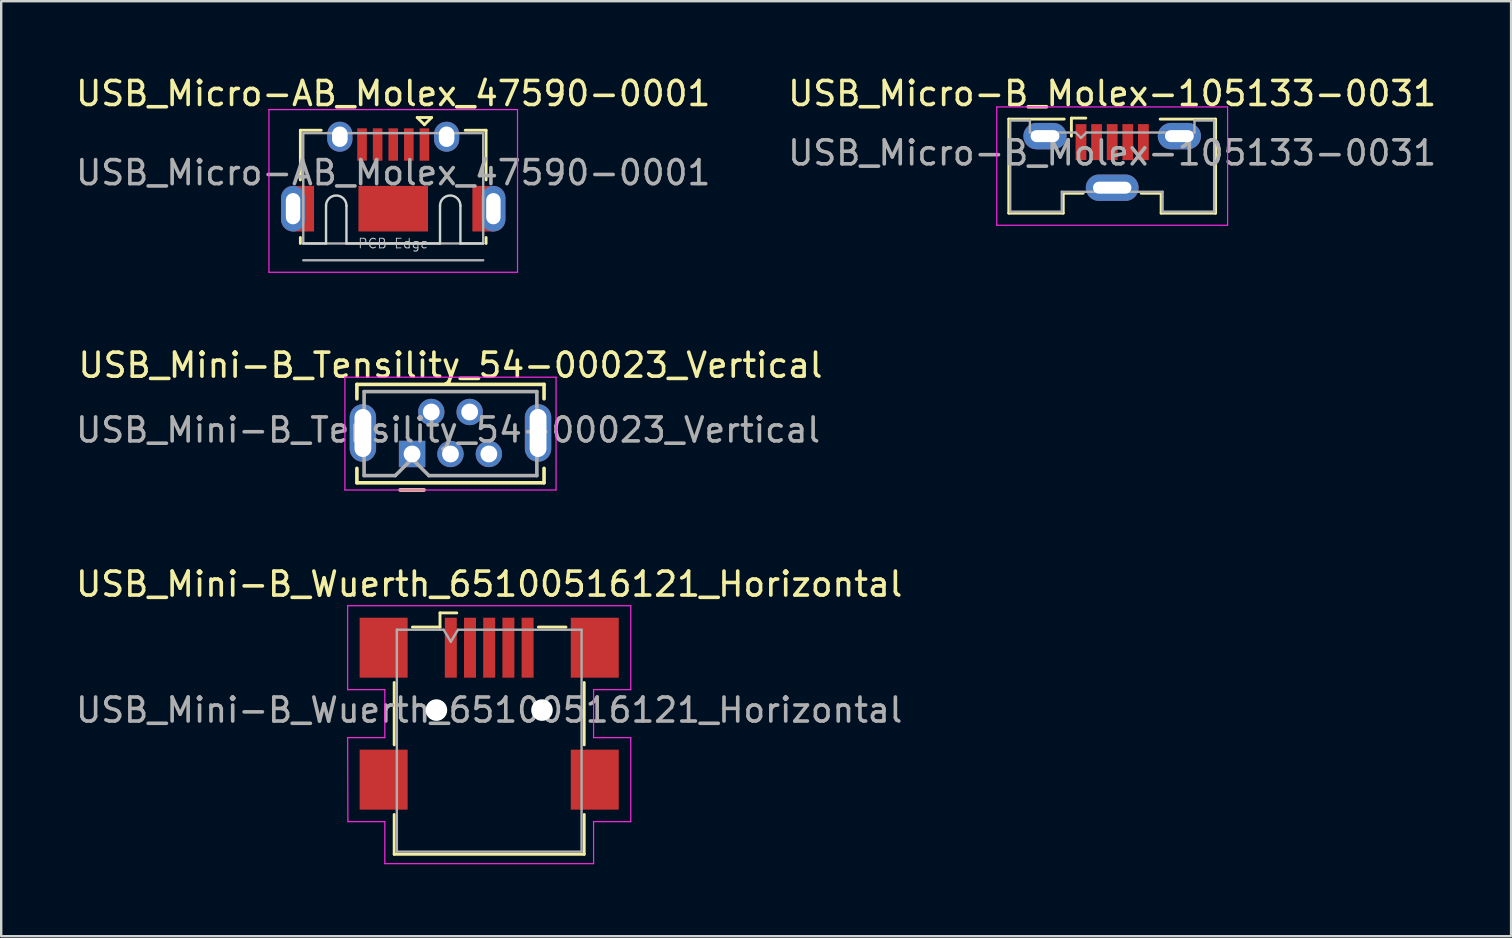
<source format=kicad_pcb>
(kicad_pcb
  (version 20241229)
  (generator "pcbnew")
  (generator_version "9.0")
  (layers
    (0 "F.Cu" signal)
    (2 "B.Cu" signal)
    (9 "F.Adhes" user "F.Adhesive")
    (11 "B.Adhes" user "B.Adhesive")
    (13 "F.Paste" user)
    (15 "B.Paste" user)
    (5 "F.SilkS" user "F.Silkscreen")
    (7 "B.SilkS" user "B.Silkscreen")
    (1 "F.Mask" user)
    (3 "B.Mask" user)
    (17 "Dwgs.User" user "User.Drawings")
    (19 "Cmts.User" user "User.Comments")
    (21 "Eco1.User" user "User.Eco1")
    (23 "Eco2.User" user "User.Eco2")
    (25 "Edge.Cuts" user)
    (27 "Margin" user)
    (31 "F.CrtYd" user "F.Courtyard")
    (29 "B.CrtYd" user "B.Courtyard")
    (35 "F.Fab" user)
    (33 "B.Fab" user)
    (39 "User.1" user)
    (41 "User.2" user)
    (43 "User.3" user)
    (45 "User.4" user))
  (footprint "USB_Micro-AB_Molex_47590-0001"
    (layer "F.Cu")
    (at 13.339 5.648)
    (property "Reference" "USB_Micro-AB_Molex_47590-0001" (at 0 -4.8 180) (layer "F.SilkS") (effects (font (size 1 1) (thickness 0.15))))
    (attr smd)
    (fp_line (start -3.87 -3.27) (end -3.87 -1.2) (stroke (width 0.12) (type solid)) (layer "F.SilkS"))
    (fp_line (start -3.87 -3.27) (end -3 -3.27) (stroke (width 0.12) (type solid)) (layer "F.SilkS"))
    (fp_line (start -3.87 1.2) (end -3.87 1.45) (stroke (width 0.12) (type solid)) (layer "F.SilkS"))
    (fp_line (start 1 -3.8) (end 1.6 -3.8) (stroke (width 0.12) (type solid)) (layer "F.SilkS"))
    (fp_line (start 1.3 -3.5) (end 1 -3.8) (stroke (width 0.12) (type solid)) (layer "F.SilkS"))
    (fp_line (start 1.3 -3.5) (end 1.6 -3.8) (stroke (width 0.12) (type solid)) (layer "F.SilkS"))
    (fp_line (start 3 -3.27) (end 3.87 -3.27) (stroke (width 0.12) (type solid)) (layer "F.SilkS"))
    (fp_line (start 3.87 -3.27) (end 3.87 -1.2) (stroke (width 0.12) (type solid)) (layer "F.SilkS"))
    (fp_line (start 3.87 1.2) (end 3.87 1.45) (stroke (width 0.12) (type solid)) (layer "F.SilkS"))
    (fp_line (start -3.75 1.45) (end -2.8 1.45) (stroke (width 0.1) (type solid)) (layer "Edge.Cuts"))
    (fp_line (start -2.8 -0.125) (end -2.8 1.45) (stroke (width 0.1) (type solid)) (layer "Edge.Cuts"))
    (fp_line (start -1.95 -0.125) (end -1.95 1.45) (stroke (width 0.1) (type solid)) (layer "Edge.Cuts"))
    (fp_line (start -1.95 1.45) (end 1.95 1.45) (stroke (width 0.1) (type solid)) (layer "Edge.Cuts"))
    (fp_line (start 1.95 -0.125) (end 1.95 1.45) (stroke (width 0.1) (type solid)) (layer "Edge.Cuts"))
    (fp_line (start 2.8 -0.125) (end 2.8 1.45) (stroke (width 0.1) (type solid)) (layer "Edge.Cuts"))
    (fp_line (start 2.8 1.45) (end 3.75 1.45) (stroke (width 0.1) (type solid)) (layer "Edge.Cuts"))
    (fp_arc (start -2.8 -0.125) (mid -2.375 -0.55) (end -1.95 -0.125) (stroke (width 0.1) (type solid)) (layer "Edge.Cuts"))
    (fp_arc (start 1.95 -0.125) (mid 2.375 -0.55) (end 2.8 -0.125) (stroke (width 0.1) (type solid)) (layer "Edge.Cuts"))
    (fp_line (start -5.18 -4.13) (end -5.18 2.65) (stroke (width 0.05) (type solid)) (layer "F.CrtYd"))
    (fp_line (start -5.18 -4.13) (end 5.18 -4.13) (stroke (width 0.05) (type solid)) (layer "F.CrtYd"))
    (fp_line (start -5.18 2.65) (end 5.18 2.65) (stroke (width 0.05) (type solid)) (layer "F.CrtYd"))
    (fp_line (start 5.18 -4.13) (end 5.18 2.65) (stroke (width 0.05) (type solid)) (layer "F.CrtYd"))
    (fp_line (start -3.75 -3.15) (end -3.75 1.45) (stroke (width 0.1) (type solid)) (layer "F.Fab"))
    (fp_line (start -3.75 -3.15) (end 3.75 -3.15) (stroke (width 0.1) (type solid)) (layer "F.Fab"))
    (fp_line (start -3.75 1.45) (end 3.75 1.45) (stroke (width 0.1) (type solid)) (layer "F.Fab"))
    (fp_line (start -3.75 2.15) (end 3.75 2.15) (stroke (width 0.1) (type solid)) (layer "F.Fab"))
    (fp_line (start 3.75 -3.15) (end 3.75 1.45) (stroke (width 0.1) (type solid)) (layer "F.Fab"))
    (fp_text user "PCB Edge" (at 0 1.45 0) (layer "Dwgs.User") (effects (font (size 0.4 0.4) (thickness 0.04))))
    (fp_text user "${REFERENCE}" (at 0 -1.5 0) (layer "F.Fab") (effects (font (size 1 1) (thickness 0.15))))
    (pad "" smd rect (at -3.5 0) (size 0.3 0.85) (layers "F.Paste"))
    (pad "" smd rect (at 3.5 0) (size 0.3 0.85) (layers "F.Paste"))
    (pad "1" smd rect (at 1.3 -2.675) (size 0.4 1.35) (layers "F.Cu" "F.Mask" "F.Paste"))
    (pad "2" smd rect (at 0.65 -2.675) (size 0.4 1.35) (layers "F.Cu" "F.Mask" "F.Paste"))
    (pad "3" smd rect (at 0 -2.675) (size 0.4 1.35) (layers "F.Cu" "F.Mask" "F.Paste"))
    (pad "4" smd rect (at -0.65 -2.675) (size 0.4 1.35) (layers "F.Cu" "F.Mask" "F.Paste"))
    (pad "5" smd rect (at -1.3 -2.675) (size 0.4 1.35) (layers "F.Cu" "F.Mask" "F.Paste"))
    (pad "6" thru_hole oval (at -4.175 0) (size 1 1.9) (drill oval 0.6 1.3) (layers "*.Cu" "*.Mask"))
    (pad "6" smd rect (at -3.737 0) (size 0.875 1.9) (layers "F.Cu" "F.Mask"))
    (pad "6" thru_hole oval (at -2.225 -3) (size 1.05 1.25) (drill oval 0.65 0.85) (layers "*.Cu" "*.Mask"))
    (pad "6" smd rect (at 0 0) (size 2.9 1.9) (layers "F.Cu" "F.Mask" "F.Paste"))
    (pad "6" thru_hole oval (at 2.225 -3) (size 1.05 1.25) (drill oval 0.65 0.85) (layers "*.Cu" "*.Mask"))
    (pad "6" smd rect (at 3.737 0) (size 0.875 1.9) (layers "F.Cu" "F.Mask"))
    (pad "6" thru_hole oval (at 4.175 0) (size 1 1.9) (drill oval 0.6 1.3) (layers "*.Cu" "*.Mask")))
  (footprint "USB_Micro-B_Molex-105133-0031"
    (layer "F.Cu")
    (at 43.304 3.698)
    (property "Reference" "USB_Micro-B_Molex-105133-0031" (at 0 -2.85 0) (layer "F.SilkS") (effects (font (size 1 1) (thickness 0.15))))
    (attr smd)
    (fp_line (start -4.31 -1.785) (end -4.31 2.135) (stroke (width 0.12) (type solid)) (layer "F.SilkS"))
    (fp_line (start -4.31 2.135) (end -2.04 2.135) (stroke (width 0.12) (type solid)) (layer "F.SilkS"))
    (fp_line (start -2.04 1.305) (end -2.04 2.135) (stroke (width 0.12) (type solid)) (layer "F.SilkS"))
    (fp_line (start -2.04 1.305) (end -1.21 1.305) (stroke (width 0.12) (type solid)) (layer "F.SilkS"))
    (fp_line (start -2 -1.785) (end -4.31 -1.785) (stroke (width 0.12) (type solid)) (layer "F.SilkS"))
    (fp_line (start -1.7 -1.825) (end -1.1 -1.825) (stroke (width 0.12) (type solid)) (layer "F.SilkS"))
    (fp_line (start -1.7 -1.075) (end -1.7 -1.825) (stroke (width 0.12) (type solid)) (layer "F.SilkS"))
    (fp_line (start 2 -1.785) (end 4.31 -1.785) (stroke (width 0.12) (type solid)) (layer "F.SilkS"))
    (fp_line (start 2.04 1.305) (end 1.21 1.305) (stroke (width 0.12) (type solid)) (layer "F.SilkS"))
    (fp_line (start 2.04 1.305) (end 2.04 2.135) (stroke (width 0.12) (type solid)) (layer "F.SilkS"))
    (fp_line (start 4.31 -1.785) (end 4.31 2.135) (stroke (width 0.12) (type solid)) (layer "F.SilkS"))
    (fp_line (start 4.31 2.135) (end 2.04 2.135) (stroke (width 0.12) (type solid)) (layer "F.SilkS"))
    (fp_line (start -4.81 -2.29) (end 4.81 -2.29) (stroke (width 0.05) (type solid)) (layer "F.CrtYd"))
    (fp_line (start -4.81 2.64) (end -4.81 -2.29) (stroke (width 0.05) (type solid)) (layer "F.CrtYd"))
    (fp_line (start -4.81 2.64) (end 4.81 2.64) (stroke (width 0.05) (type solid)) (layer "F.CrtYd"))
    (fp_line (start 4.81 2.64) (end 4.81 -2.29) (stroke (width 0.05) (type solid)) (layer "F.CrtYd"))
    (fp_line (start -4.25 -1.725) (end -4.25 2.075) (stroke (width 0.1) (type solid)) (layer "F.Fab"))
    (fp_line (start -4.25 2.075) (end -2.1 2.075) (stroke (width 0.1) (type solid)) (layer "F.Fab"))
    (fp_line (start -3.43 -1.725) (end -4.25 -1.725) (stroke (width 0.1) (type solid)) (layer "F.Fab"))
    (fp_line (start -3.43 -1.225) (end -3.43 -1.725) (stroke (width 0.1) (type solid)) (layer "F.Fab"))
    (fp_line (start -2.1 1.245) (end 2.1 1.245) (stroke (width 0.1) (type solid)) (layer "F.Fab"))
    (fp_line (start -2.1 2.075) (end -2.1 1.245) (stroke (width 0.1) (type solid)) (layer "F.Fab"))
    (fp_line (start -1.525 -1.225) (end -3.43 -1.225) (stroke (width 0.1) (type solid)) (layer "F.Fab"))
    (fp_line (start -1.525 -1.225) (end -1.3 -1) (stroke (width 0.1) (type solid)) (layer "F.Fab"))
    (fp_line (start -1.3 -1) (end -1.075 -1.225) (stroke (width 0.1) (type solid)) (layer "F.Fab"))
    (fp_line (start 2.1 1.245) (end 2.1 2.075) (stroke (width 0.1) (type solid)) (layer "F.Fab"))
    (fp_line (start 2.1 2.075) (end 4.25 2.075) (stroke (width 0.1) (type solid)) (layer "F.Fab"))
    (fp_line (start 3.43 -1.725) (end 3.43 -1.225) (stroke (width 0.1) (type solid)) (layer "F.Fab"))
    (fp_line (start 3.43 -1.225) (end -1.075 -1.225) (stroke (width 0.1) (type solid)) (layer "F.Fab"))
    (fp_line (start 4.25 -1.725) (end 3.43 -1.725) (stroke (width 0.1) (type solid)) (layer "F.Fab"))
    (fp_line (start 4.25 2.075) (end 4.25 -1.725) (stroke (width 0.1) (type solid)) (layer "F.Fab"))
    (fp_text user "${REFERENCE}" (at 0 -0.375 0) (layer "F.Fab") (effects (font (size 1 1) (thickness 0.15))))
    (pad "1" smd rect (at -1.3 -0.825) (size 0.45 1.5) (layers "F.Cu" "F.Mask" "F.Paste"))
    (pad "2" smd rect (at -0.65 -0.825) (size 0.45 1.5) (layers "F.Cu" "F.Mask" "F.Paste"))
    (pad "3" smd rect (at 0 -0.825) (size 0.45 1.5) (layers "F.Cu" "F.Mask" "F.Paste"))
    (pad "4" smd rect (at 0.65 -0.825) (size 0.45 1.5) (layers "F.Cu" "F.Mask" "F.Paste"))
    (pad "5" smd rect (at 1.3 -0.825) (size 0.45 1.5) (layers "F.Cu" "F.Mask" "F.Paste"))
    (pad "6" thru_hole oval (at -2.8 -1.075) (size 1.8 1.1) (drill oval 1.2 0.5) (layers "*.Cu" "*.Mask"))
    (pad "6" thru_hole oval (at 0 1.075) (size 2.2 1.1) (drill oval 1.6 0.5) (layers "*.Cu" "*.Mask"))
    (pad "6" thru_hole oval (at 2.8 -1.075) (size 1.8 1.1) (drill oval 1.2 0.5) (layers "*.Cu" "*.Mask")))
  (footprint "USB_Mini-B_Tensility_54-00023_Vertical"
    (layer "F.Cu")
    (at 14.125 15.871)
    (property "Reference" "USB_Mini-B_Tensility_54-00023_Vertical" (at 1.6 -3.7 0) (layer "F.SilkS") (effects (font (size 1 1) (thickness 0.15))))
    (attr through_hole)
    (fp_line (start -2.3 -2.9) (end 5.5 -2.9) (stroke (width 0.15) (type solid)) (layer "F.SilkS"))
    (fp_line (start -2.3 -2.3) (end -2.3 -2.9) (stroke (width 0.15) (type solid)) (layer "F.SilkS"))
    (fp_line (start -2.3 0.6) (end -2.3 1.2) (stroke (width 0.15) (type solid)) (layer "F.SilkS"))
    (fp_line (start -2.3 1.2) (end 5.5 1.2) (stroke (width 0.15) (type solid)) (layer "F.SilkS"))
    (fp_line (start -0.5 1.5) (end 0.5 1.5) (stroke (width 0.15) (type solid)) (layer "F.SilkS"))
    (fp_line (start 5.5 -2.9) (end 5.5 -2.3) (stroke (width 0.15) (type solid)) (layer "F.SilkS"))
    (fp_line (start 5.5 1.2) (end 5.5 0.6) (stroke (width 0.15) (type solid)) (layer "F.SilkS"))
    (fp_line (start -2.8 -3.2) (end -2.8 1.5) (stroke (width 0.05) (type solid)) (layer "F.CrtYd"))
    (fp_line (start -2.8 1.5) (end 6 1.5) (stroke (width 0.05) (type solid)) (layer "F.CrtYd"))
    (fp_line (start 6 -3.2) (end -2.8 -3.2) (stroke (width 0.05) (type solid)) (layer "F.CrtYd"))
    (fp_line (start 6 1.5) (end 6 -3.2) (stroke (width 0.05) (type solid)) (layer "F.CrtYd"))
    (fp_line (start -2 0.9) (end -2 -2.6) (stroke (width 0.15) (type solid)) (layer "F.Fab"))
    (fp_line (start -2 0.9) (end -0.7 0.9) (stroke (width 0.15) (type solid)) (layer "F.Fab"))
    (fp_line (start -0.7 0.9) (end 0 0.2) (stroke (width 0.15) (type solid)) (layer "F.Fab"))
    (fp_line (start 0 0.2) (end 0.7 0.9) (stroke (width 0.15) (type solid)) (layer "F.Fab"))
    (fp_line (start 0.7 0.9) (end 5.2 0.9) (stroke (width 0.15) (type solid)) (layer "F.Fab"))
    (fp_line (start 5.2 -2.6) (end -2 -2.6) (stroke (width 0.15) (type solid)) (layer "F.Fab"))
    (fp_line (start 5.2 -2.6) (end 5.2 0.9) (stroke (width 0.15) (type solid)) (layer "F.Fab"))
    (fp_text user "${REFERENCE}" (at 1.5 -1 0) (layer "F.Fab") (effects (font (size 1 1) (thickness 0.15))))
    (pad "1" thru_hole rect (at 0 0) (size 1.1 1.1) (drill 0.7) (layers "*.Cu" "*.Mask"))
    (pad "2" thru_hole circle (at 0.8 -1.75) (size 1.1 1.1) (drill 0.7) (layers "*.Cu" "*.Mask"))
    (pad "3" thru_hole circle (at 1.6 0) (size 1.1 1.1) (drill 0.7) (layers "*.Cu" "*.Mask"))
    (pad "4" thru_hole circle (at 2.4 -1.75) (size 1.1 1.1) (drill 0.7) (layers "*.Cu" "*.Mask"))
    (pad "5" thru_hole circle (at 3.2 0) (size 1.1 1.1) (drill 0.7) (layers "*.Cu" "*.Mask"))
    (pad "6" thru_hole oval (at -2.05 -0.875) (size 1.1 2.4) (drill oval 0.7 2) (layers "*.Cu" "*.Mask"))
    (pad "6" thru_hole oval (at 5.25 -0.875) (size 1.1 2.4) (drill oval 0.7 2) (layers "*.Cu" "*.Mask")))
  (footprint "USB_Mini-B_Wuerth_65100516121_Horizontal"
    (layer "F.Cu")
    (at 17.339 26.545)
    (property "Reference" "USB_Mini-B_Wuerth_65100516121_Horizontal" (at 0 -5.25 0) (layer "F.SilkS") (effects (font (size 1 1) (thickness 0.15))))
    (attr smd)
    (fp_line (start -3.96 1.45) (end -3.96 -1.15) (stroke (width 0.12) (type solid)) (layer "F.SilkS"))
    (fp_line (start -3.96 4.35) (end -3.96 6.01) (stroke (width 0.12) (type solid)) (layer "F.SilkS"))
    (fp_line (start -3.96 6.01) (end 3.96 6.01) (stroke (width 0.12) (type solid)) (layer "F.SilkS"))
    (fp_line (start -3.2 -3.46) (end -2.05 -3.46) (stroke (width 0.12) (type solid)) (layer "F.SilkS"))
    (fp_line (start -2.05 -4.05) (end -1.35 -4.05) (stroke (width 0.12) (type solid)) (layer "F.SilkS"))
    (fp_line (start -2.05 -3.46) (end -2.05 -4.05) (stroke (width 0.12) (type solid)) (layer "F.SilkS"))
    (fp_line (start 2.05 -3.46) (end 3.2 -3.46) (stroke (width 0.12) (type solid)) (layer "F.SilkS"))
    (fp_line (start 3.96 -1.15) (end 3.96 1.45) (stroke (width 0.12) (type solid)) (layer "F.SilkS"))
    (fp_line (start 3.96 6.01) (end 3.96 4.35) (stroke (width 0.12) (type solid)) (layer "F.SilkS"))
    (fp_line (start -5.9 -4.35) (end 5.9 -4.35) (stroke (width 0.05) (type solid)) (layer "F.CrtYd"))
    (fp_line (start -5.9 -0.85) (end -5.9 -4.35) (stroke (width 0.05) (type solid)) (layer "F.CrtYd"))
    (fp_line (start -5.9 1.15) (end -4.35 1.15) (stroke (width 0.05) (type solid)) (layer "F.CrtYd"))
    (fp_line (start -5.89 4.65) (end -5.9 1.15) (stroke (width 0.05) (type solid)) (layer "F.CrtYd"))
    (fp_line (start -4.35 -0.85) (end -5.9 -0.85) (stroke (width 0.05) (type solid)) (layer "F.CrtYd"))
    (fp_line (start -4.35 1.15) (end -4.35 -0.85) (stroke (width 0.05) (type solid)) (layer "F.CrtYd"))
    (fp_line (start -4.35 4.65) (end -5.89 4.65) (stroke (width 0.05) (type solid)) (layer "F.CrtYd"))
    (fp_line (start -4.35 6.4) (end -4.35 4.65) (stroke (width 0.05) (type solid)) (layer "F.CrtYd"))
    (fp_line (start 4.35 -0.85) (end 4.35 1.15) (stroke (width 0.05) (type solid)) (layer "F.CrtYd"))
    (fp_line (start 4.35 1.15) (end 5.9 1.15) (stroke (width 0.05) (type solid)) (layer "F.CrtYd"))
    (fp_line (start 4.35 4.65) (end 4.35 6.4) (stroke (width 0.05) (type solid)) (layer "F.CrtYd"))
    (fp_line (start 4.35 6.4) (end -4.35 6.4) (stroke (width 0.05) (type solid)) (layer "F.CrtYd"))
    (fp_line (start 5.9 -4.35) (end 5.9 -0.85) (stroke (width 0.05) (type solid)) (layer "F.CrtYd"))
    (fp_line (start 5.9 -0.85) (end 4.35 -0.85) (stroke (width 0.05) (type solid)) (layer "F.CrtYd"))
    (fp_line (start 5.9 1.15) (end 5.9 4.65) (stroke (width 0.05) (type solid)) (layer "F.CrtYd"))
    (fp_line (start 5.9 4.65) (end 4.35 4.65) (stroke (width 0.05) (type solid)) (layer "F.CrtYd"))
    (fp_line (start -3.85 -3.35) (end -1.9 -3.35) (stroke (width 0.1) (type solid)) (layer "F.Fab"))
    (fp_line (start -3.85 5.9) (end -3.85 -3.35) (stroke (width 0.1) (type solid)) (layer "F.Fab"))
    (fp_line (start -1.9 -3.35) (end -1.6 -2.85) (stroke (width 0.1) (type solid)) (layer "F.Fab"))
    (fp_line (start -1.6 -2.85) (end -1.3 -3.35) (stroke (width 0.1) (type solid)) (layer "F.Fab"))
    (fp_line (start -1.3 -3.35) (end 3.85 -3.35) (stroke (width 0.1) (type solid)) (layer "F.Fab"))
    (fp_line (start 3.85 -3.35) (end 3.85 5.9) (stroke (width 0.1) (type solid)) (layer "F.Fab"))
    (fp_line (start 3.85 5.9) (end -3.85 5.9) (stroke (width 0.1) (type solid)) (layer "F.Fab"))
    (fp_text user "${REFERENCE}" (at 0 0 0) (layer "F.Fab") (effects (font (size 1 1) (thickness 0.15))))
    (pad "" np_thru_hole circle (at -2.2 0) (size 0.9 0.9) (drill 0.9) (layers "*.Cu" "*.Mask"))
    (pad "" np_thru_hole circle (at 2.2 0) (size 0.9 0.9) (drill 0.9) (layers "*.Cu" "*.Mask"))
    (pad "1" smd rect (at -1.6 -2.6) (size 0.5 2.5) (layers "F.Cu" "F.Mask" "F.Paste"))
    (pad "2" smd rect (at -0.8 -2.6) (size 0.5 2.5) (layers "F.Cu" "F.Mask" "F.Paste"))
    (pad "3" smd rect (at 0 -2.6) (size 0.5 2.5) (layers "F.Cu" "F.Mask" "F.Paste"))
    (pad "4" smd rect (at 0.8 -2.6) (size 0.5 2.5) (layers "F.Cu" "F.Mask" "F.Paste"))
    (pad "5" smd rect (at 1.6 -2.6) (size 0.5 2.5) (layers "F.Cu" "F.Mask" "F.Paste"))
    (pad "6" smd rect (at -4.4 -2.6) (size 2 2.5) (layers "F.Cu" "F.Mask" "F.Paste"))
    (pad "6" smd rect (at -4.4 2.9) (size 2 2.5) (layers "F.Cu" "F.Mask" "F.Paste"))
    (pad "6" smd rect (at 4.4 -2.6) (size 2 2.5) (layers "F.Cu" "F.Mask" "F.Paste"))
    (pad "6" smd rect (at 4.4 2.9) (size 2 2.5) (layers "F.Cu" "F.Mask" "F.Paste")))
  (gr_rect
    (start -3 -3)
    (end 59.929 35.97)
    (stroke (width 0.1) (type default))
    (fill no)
    (layer "Edge.Cuts")))
</source>
